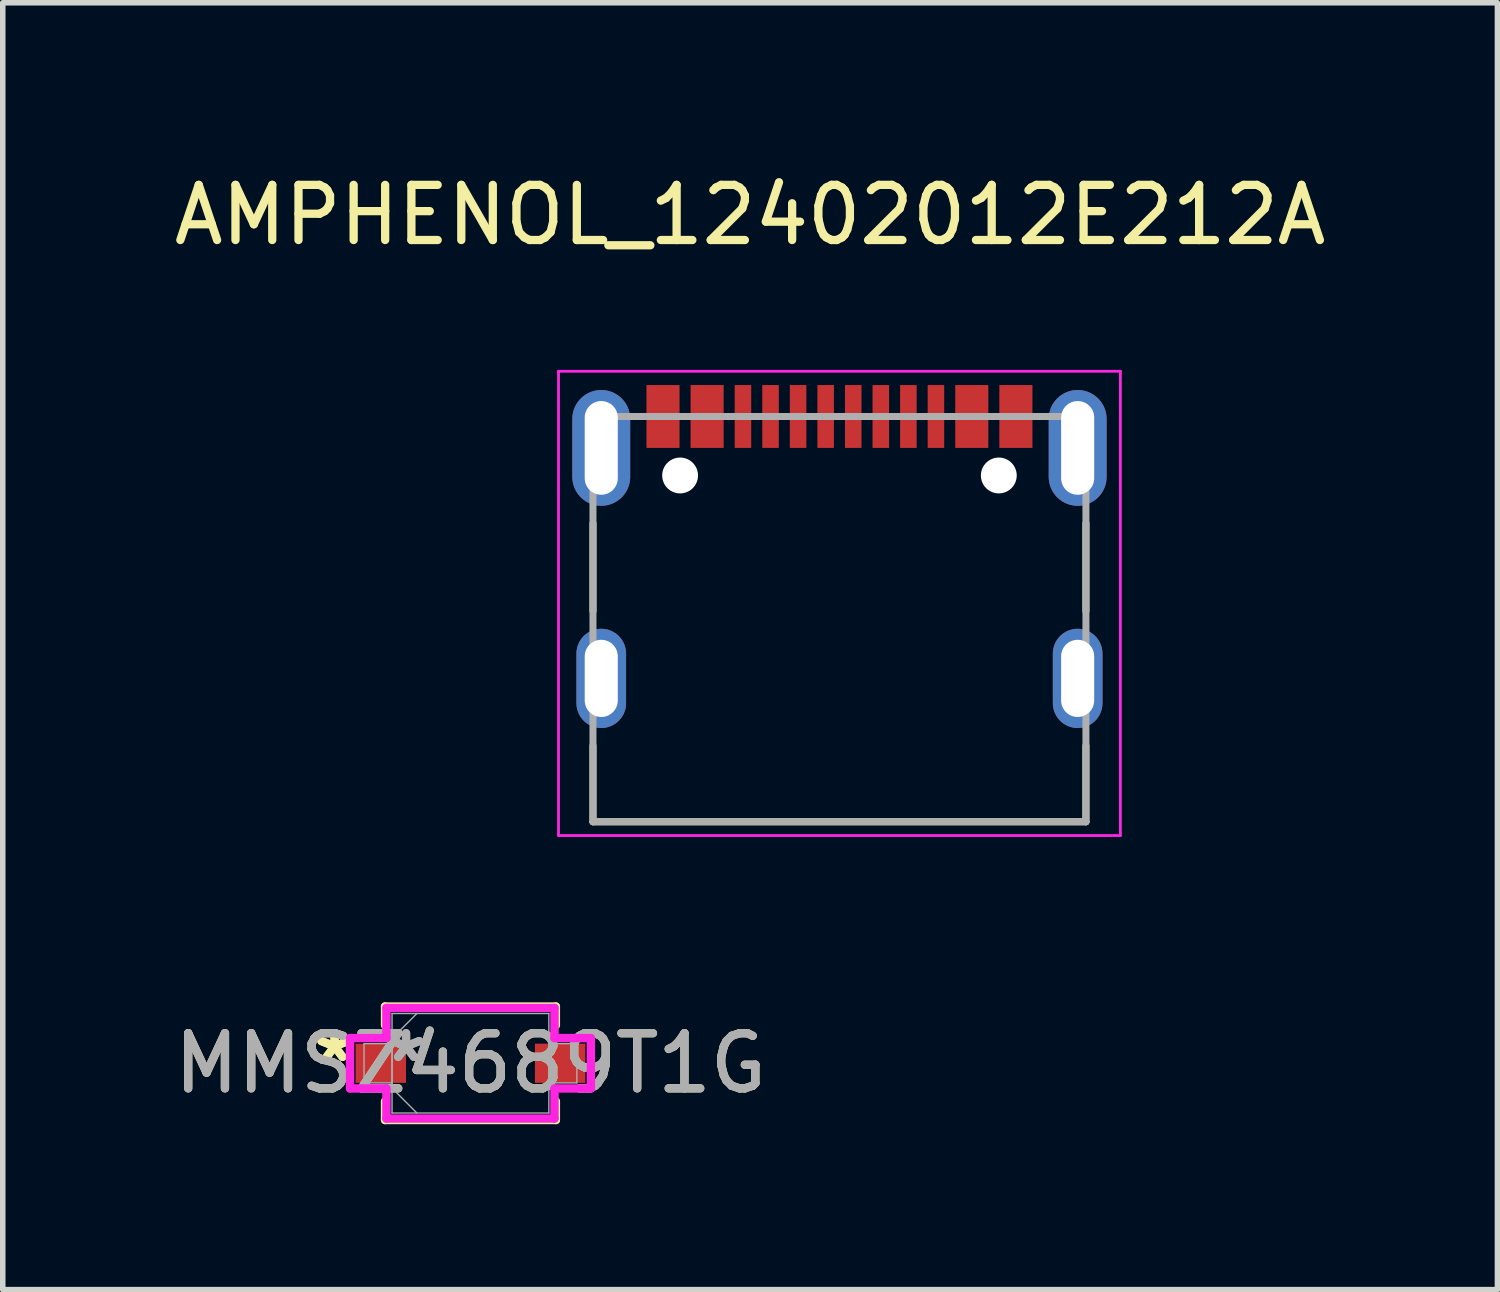
<source format=kicad_pcb>
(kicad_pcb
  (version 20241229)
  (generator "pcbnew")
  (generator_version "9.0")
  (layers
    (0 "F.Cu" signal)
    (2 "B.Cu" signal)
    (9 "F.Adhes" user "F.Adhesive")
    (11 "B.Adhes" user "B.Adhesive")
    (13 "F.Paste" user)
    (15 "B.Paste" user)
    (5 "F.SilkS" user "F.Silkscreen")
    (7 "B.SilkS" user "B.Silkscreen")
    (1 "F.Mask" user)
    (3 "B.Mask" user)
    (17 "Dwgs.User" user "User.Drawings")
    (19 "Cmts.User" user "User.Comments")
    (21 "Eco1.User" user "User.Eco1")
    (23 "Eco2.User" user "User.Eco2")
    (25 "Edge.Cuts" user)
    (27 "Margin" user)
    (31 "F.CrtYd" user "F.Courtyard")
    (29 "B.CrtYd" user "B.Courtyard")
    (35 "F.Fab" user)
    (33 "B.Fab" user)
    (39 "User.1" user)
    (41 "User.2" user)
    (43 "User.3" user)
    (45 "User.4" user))
  (footprint "MMSZ4689T1G"
    (layer "F.Cu")
    (at 5.482 16.233)
    (property "Reference" "MMSZ4689T1G" (at 0 0 0) (unlocked yes) (layer "F.SilkS") (effects (font (size 1 1) (thickness 0.15))))
    (attr smd)
    (fp_line (start -1.549 -1.029) (end -1.549 -0.688) (stroke (width 0.152) (type solid)) (layer "F.SilkS"))
    (fp_line (start -1.549 0.688) (end -1.549 1.029) (stroke (width 0.152) (type solid)) (layer "F.SilkS"))
    (fp_line (start -1.549 1.029) (end 1.549 1.029) (stroke (width 0.152) (type solid)) (layer "F.SilkS"))
    (fp_line (start 1.549 -1.029) (end -1.549 -1.029) (stroke (width 0.152) (type solid)) (layer "F.SilkS"))
    (fp_line (start 1.549 -0.688) (end 1.549 -1.029) (stroke (width 0.152) (type solid)) (layer "F.SilkS"))
    (fp_line (start 1.549 1.029) (end 1.549 0.688) (stroke (width 0.152) (type solid)) (layer "F.SilkS"))
    (fp_line (start -2.184 -0.457) (end -1.524 -0.457) (stroke (width 0.152) (type solid)) (layer "F.CrtYd"))
    (fp_line (start -2.184 0.457) (end -2.184 -0.457) (stroke (width 0.152) (type solid)) (layer "F.CrtYd"))
    (fp_line (start -1.524 -1.003) (end 1.524 -1.003) (stroke (width 0.152) (type solid)) (layer "F.CrtYd"))
    (fp_line (start -1.524 -0.457) (end -1.524 -1.003) (stroke (width 0.152) (type solid)) (layer "F.CrtYd"))
    (fp_line (start -1.524 0.457) (end -2.184 0.457) (stroke (width 0.152) (type solid)) (layer "F.CrtYd"))
    (fp_line (start -1.524 1.003) (end -1.524 0.457) (stroke (width 0.152) (type solid)) (layer "F.CrtYd"))
    (fp_line (start 1.524 -1.003) (end 1.524 -0.457) (stroke (width 0.152) (type solid)) (layer "F.CrtYd"))
    (fp_line (start 1.524 -0.457) (end 2.184 -0.457) (stroke (width 0.152) (type solid)) (layer "F.CrtYd"))
    (fp_line (start 1.524 0.457) (end 1.524 1.003) (stroke (width 0.152) (type solid)) (layer "F.CrtYd"))
    (fp_line (start 1.524 1.003) (end -1.524 1.003) (stroke (width 0.152) (type solid)) (layer "F.CrtYd"))
    (fp_line (start 2.184 -0.457) (end 2.184 0.457) (stroke (width 0.152) (type solid)) (layer "F.CrtYd"))
    (fp_line (start 2.184 0.457) (end 1.524 0.457) (stroke (width 0.152) (type solid)) (layer "F.CrtYd"))
    (fp_line (start -1.93 -0.356) (end -1.93 0.356) (stroke (width 0.025) (type solid)) (layer "F.Fab"))
    (fp_line (start -1.93 0.356) (end -1.422 0.356) (stroke (width 0.025) (type solid)) (layer "F.Fab"))
    (fp_line (start -1.422 -0.902) (end -1.422 0.902) (stroke (width 0.025) (type solid)) (layer "F.Fab"))
    (fp_line (start -1.422 -0.451) (end -0.972 -0.902) (stroke (width 0.025) (type solid)) (layer "F.Fab"))
    (fp_line (start -1.422 -0.356) (end -1.93 -0.356) (stroke (width 0.025) (type solid)) (layer "F.Fab"))
    (fp_line (start -1.422 0.356) (end -1.422 -0.356) (stroke (width 0.025) (type solid)) (layer "F.Fab"))
    (fp_line (start -1.422 0.451) (end -0.972 0.902) (stroke (width 0.025) (type solid)) (layer "F.Fab"))
    (fp_line (start -1.422 0.902) (end 1.422 0.902) (stroke (width 0.025) (type solid)) (layer "F.Fab"))
    (fp_line (start 1.422 -0.902) (end -1.422 -0.902) (stroke (width 0.025) (type solid)) (layer "F.Fab"))
    (fp_line (start 1.422 -0.356) (end 1.422 0.356) (stroke (width 0.025) (type solid)) (layer "F.Fab"))
    (fp_line (start 1.422 0.356) (end 1.93 0.356) (stroke (width 0.025) (type solid)) (layer "F.Fab"))
    (fp_line (start 1.422 0.902) (end 1.422 -0.902) (stroke (width 0.025) (type solid)) (layer "F.Fab"))
    (fp_line (start 1.93 -0.356) (end 1.422 -0.356) (stroke (width 0.025) (type solid)) (layer "F.Fab"))
    (fp_line (start 1.93 0.356) (end 1.93 -0.356) (stroke (width 0.025) (type solid)) (layer "F.Fab"))
    (fp_text user "*" (at -2.464 0 0) (unlocked yes) (layer "F.SilkS") (effects (font (size 1 1) (thickness 0.15))))
    (fp_text user "*" (at -2.464 0 0) (layer "F.SilkS") (effects (font (size 1 1) (thickness 0.15))))
    (fp_text user "${REFERENCE}" (at 0 0 0) (unlocked yes) (layer "F.Fab") (effects (font (size 1 1) (thickness 0.15))))
    (fp_text user "*" (at -1.168 0 0) (unlocked yes) (layer "F.Fab") (effects (font (size 1 1) (thickness 0.15))))
    (fp_text user "*" (at -1.168 0 0) (layer "F.Fab") (effects (font (size 1 1) (thickness 0.15))))
    (pad "1" smd rect (at -1.626 0) (size 0.914 0.711) (layers "F.Cu" "F.Mask" "F.Paste"))
    (pad "2" smd rect (at 1.626 0) (size 0.914 0.711) (layers "F.Cu" "F.Mask" "F.Paste")))
  (footprint "AMPHENOL_12402012E212A"
    (layer "F.Cu")
    (at 12.174 9.253)
    (property "Reference" "AMPHENOL_12402012E212A" (at -1.62 -8.405 0) (layer "F.SilkS") (effects (font (size 1 1) (thickness 0.15))))
    (attr smd)
    (fp_line (start -4.47 -2.81) (end -4.47 -1.22) (stroke (width 0.127) (type solid)) (layer "F.SilkS"))
    (fp_line (start -4.47 2.6) (end -4.47 1.22) (stroke (width 0.127) (type solid)) (layer "F.SilkS"))
    (fp_line (start 4.47 -2.81) (end 4.47 -1.22) (stroke (width 0.127) (type solid)) (layer "F.SilkS"))
    (fp_line (start 4.47 2.6) (end -4.47 2.6) (stroke (width 0.127) (type solid)) (layer "F.SilkS"))
    (fp_line (start 4.47 2.6) (end 4.47 1.22) (stroke (width 0.127) (type solid)) (layer "F.SilkS"))
    (fp_line (start -5.095 -5.57) (end -5.095 2.85) (stroke (width 0.05) (type solid)) (layer "F.CrtYd"))
    (fp_line (start -5.095 2.85) (end 5.095 2.85) (stroke (width 0.05) (type solid)) (layer "F.CrtYd"))
    (fp_line (start 5.095 -5.57) (end -5.095 -5.57) (stroke (width 0.05) (type solid)) (layer "F.CrtYd"))
    (fp_line (start 5.095 2.85) (end 5.095 -5.57) (stroke (width 0.05) (type solid)) (layer "F.CrtYd"))
    (fp_line (start -4.47 -4.75) (end 4.47 -4.75) (stroke (width 0.127) (type solid)) (layer "F.Fab"))
    (fp_line (start -4.47 2.6) (end -4.47 -4.75) (stroke (width 0.127) (type solid)) (layer "F.Fab"))
    (fp_line (start 4.47 -4.75) (end 4.47 2.6) (stroke (width 0.127) (type solid)) (layer "F.Fab"))
    (fp_line (start 4.47 2.6) (end -4.47 2.6) (stroke (width 0.127) (type solid)) (layer "F.Fab"))
    (pad "" np_thru_hole circle (at -2.89 -3.68) (size 0.65 0.65) (drill 0.65) (layers "*.Cu" "*.Mask"))
    (pad "" np_thru_hole circle (at 2.89 -3.68) (size 0.65 0.65) (drill 0.65) (layers "*.Cu" "*.Mask"))
    (pad "A1_B12" smd rect (at -3.2 -4.75) (size 0.6 1.14) (layers "F.Cu" "F.Mask" "F.Paste"))
    (pad "A4_B9" smd rect (at -2.4 -4.75) (size 0.6 1.14) (layers "F.Cu" "F.Mask" "F.Paste"))
    (pad "A5" smd rect (at -1.25 -4.75) (size 0.3 1.14) (layers "F.Cu" "F.Mask" "F.Paste"))
    (pad "A6" smd rect (at -0.25 -4.75) (size 0.3 1.14) (layers "F.Cu" "F.Mask" "F.Paste"))
    (pad "A7" smd rect (at 0.25 -4.75) (size 0.3 1.14) (layers "F.Cu" "F.Mask" "F.Paste"))
    (pad "A8" smd rect (at 1.25 -4.75) (size 0.3 1.14) (layers "F.Cu" "F.Mask" "F.Paste"))
    (pad "B1_A12" smd rect (at 3.2 -4.75) (size 0.6 1.14) (layers "F.Cu" "F.Mask" "F.Paste"))
    (pad "B4_A9" smd rect (at 2.4 -4.75) (size 0.6 1.14) (layers "F.Cu" "F.Mask" "F.Paste"))
    (pad "B5" smd rect (at 1.75 -4.75) (size 0.3 1.14) (layers "F.Cu" "F.Mask" "F.Paste"))
    (pad "B6" smd rect (at 0.75 -4.75) (size 0.3 1.14) (layers "F.Cu" "F.Mask" "F.Paste"))
    (pad "B7" smd rect (at -0.75 -4.75) (size 0.3 1.14) (layers "F.Cu" "F.Mask" "F.Paste"))
    (pad "B8" smd rect (at -1.75 -4.75) (size 0.3 1.14) (layers "F.Cu" "F.Mask" "F.Paste"))
    (pad "SH1" thru_hole oval (at -4.32 -4.18) (size 1.05 2.1) (drill oval 0.6 1.7) (layers "*.Cu" "*.Mask"))
    (pad "SH2" thru_hole oval (at 4.32 -4.18) (size 1.05 2.1) (drill oval 0.6 1.7) (layers "*.Cu" "*.Mask"))
    (pad "SH3" thru_hole oval (at -4.32 0) (size 0.9 1.8) (drill oval 0.6 1.4) (layers "*.Cu" "*.Mask"))
    (pad "SH4" thru_hole oval (at 4.32 0) (size 0.9 1.8) (drill oval 0.6 1.4) (layers "*.Cu" "*.Mask")))
  (gr_rect
    (start -3 -3)
    (end 24.107 20.338)
    (stroke (width 0.1) (type default))
    (fill no)
    (layer "Edge.Cuts")))
</source>
